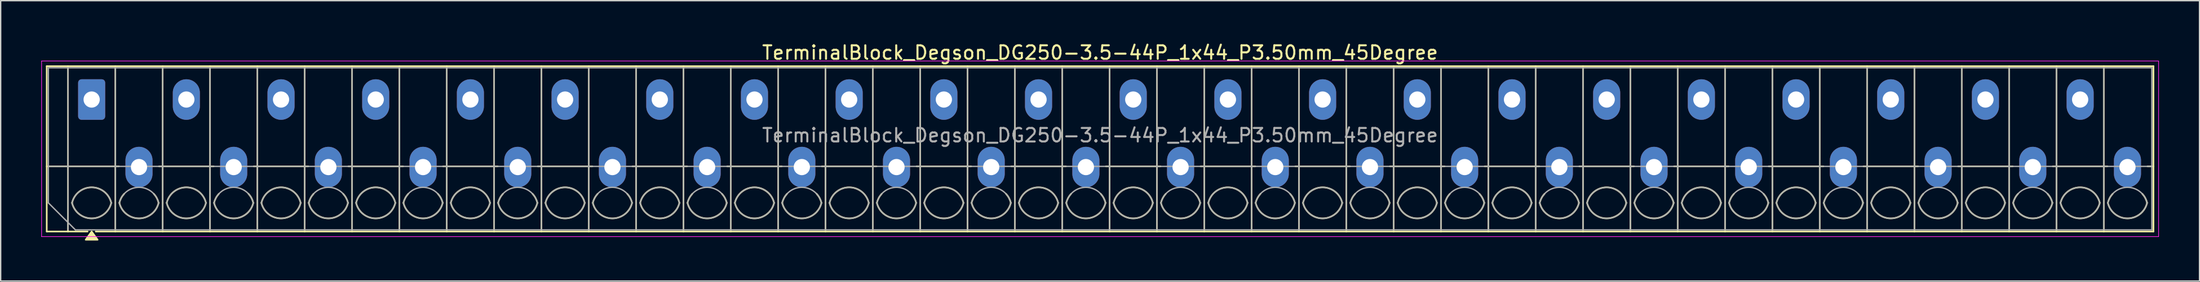
<source format=kicad_pcb>
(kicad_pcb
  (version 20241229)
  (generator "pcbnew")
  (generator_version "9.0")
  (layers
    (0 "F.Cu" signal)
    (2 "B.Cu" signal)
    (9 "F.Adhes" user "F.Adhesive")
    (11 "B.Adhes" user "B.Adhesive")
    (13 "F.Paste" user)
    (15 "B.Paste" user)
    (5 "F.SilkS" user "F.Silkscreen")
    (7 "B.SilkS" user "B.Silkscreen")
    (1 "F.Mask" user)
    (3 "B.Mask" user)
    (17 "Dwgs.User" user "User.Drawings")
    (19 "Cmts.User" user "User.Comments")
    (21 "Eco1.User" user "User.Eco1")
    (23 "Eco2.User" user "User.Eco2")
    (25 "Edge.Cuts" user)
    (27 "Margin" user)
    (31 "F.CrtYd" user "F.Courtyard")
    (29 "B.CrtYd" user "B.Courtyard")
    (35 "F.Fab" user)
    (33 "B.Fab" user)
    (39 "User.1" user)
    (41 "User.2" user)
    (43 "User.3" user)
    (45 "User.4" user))
  (footprint "TerminalBlock_Degson_DG250-3.5-44P_1x44_P3.50mm_45Degree"
    (layer "F.Cu")
    (at 3.725 4.318)
    (property "Reference" "TerminalBlock_Degson_DG250-3.5-44P_1x44_P3.50mm_45Degree" (at 74.55 -3.47 0) (layer "F.SilkS") (effects (font (size 1 1) (thickness 0.15))))
    (attr through_hole)
    (fp_line (start -3.32 -2.47) (end 152.42 -2.47) (stroke (width 0.12) (type solid)) (layer "F.SilkS"))
    (fp_line (start -3.32 4.95) (end 2.02 4.95) (stroke (width 0.12) (type solid)) (layer "F.SilkS"))
    (fp_line (start -3.32 9.77) (end -3.32 -2.47) (stroke (width 0.12) (type solid)) (layer "F.SilkS"))
    (fp_line (start -1.75 -2.47) (end -1.75 9.77) (stroke (width 0.12) (type solid)) (layer "F.SilkS"))
    (fp_line (start -0.3 9.77) (end -3.32 9.77) (stroke (width 0.12) (type solid)) (layer "F.SilkS"))
    (fp_line (start 1.75 -2.47) (end 1.75 9.77) (stroke (width 0.12) (type solid)) (layer "F.SilkS"))
    (fp_line (start 4.98 4.95) (end 9.02 4.95) (stroke (width 0.12) (type solid)) (layer "F.SilkS"))
    (fp_line (start 5.25 -2.47) (end 5.25 9.77) (stroke (width 0.12) (type solid)) (layer "F.SilkS"))
    (fp_line (start 8.75 -2.47) (end 8.75 9.77) (stroke (width 0.12) (type solid)) (layer "F.SilkS"))
    (fp_line (start 11.98 4.95) (end 16.02 4.95) (stroke (width 0.12) (type solid)) (layer "F.SilkS"))
    (fp_line (start 12.25 -2.47) (end 12.25 9.77) (stroke (width 0.12) (type solid)) (layer "F.SilkS"))
    (fp_line (start 15.75 -2.47) (end 15.75 9.77) (stroke (width 0.12) (type solid)) (layer "F.SilkS"))
    (fp_line (start 18.98 4.95) (end 23.02 4.95) (stroke (width 0.12) (type solid)) (layer "F.SilkS"))
    (fp_line (start 19.25 -2.47) (end 19.25 9.77) (stroke (width 0.12) (type solid)) (layer "F.SilkS"))
    (fp_line (start 22.75 -2.47) (end 22.75 9.77) (stroke (width 0.12) (type solid)) (layer "F.SilkS"))
    (fp_line (start 25.98 4.95) (end 30.02 4.95) (stroke (width 0.12) (type solid)) (layer "F.SilkS"))
    (fp_line (start 26.25 -2.47) (end 26.25 9.77) (stroke (width 0.12) (type solid)) (layer "F.SilkS"))
    (fp_line (start 29.75 -2.47) (end 29.75 9.77) (stroke (width 0.12) (type solid)) (layer "F.SilkS"))
    (fp_line (start 32.98 4.95) (end 37.02 4.95) (stroke (width 0.12) (type solid)) (layer "F.SilkS"))
    (fp_line (start 33.25 -2.47) (end 33.25 9.77) (stroke (width 0.12) (type solid)) (layer "F.SilkS"))
    (fp_line (start 36.75 -2.47) (end 36.75 9.77) (stroke (width 0.12) (type solid)) (layer "F.SilkS"))
    (fp_line (start 39.98 4.95) (end 44.02 4.95) (stroke (width 0.12) (type solid)) (layer "F.SilkS"))
    (fp_line (start 40.25 -2.47) (end 40.25 9.77) (stroke (width 0.12) (type solid)) (layer "F.SilkS"))
    (fp_line (start 43.75 -2.47) (end 43.75 9.77) (stroke (width 0.12) (type solid)) (layer "F.SilkS"))
    (fp_line (start 46.98 4.95) (end 51.02 4.95) (stroke (width 0.12) (type solid)) (layer "F.SilkS"))
    (fp_line (start 47.25 -2.47) (end 47.25 9.77) (stroke (width 0.12) (type solid)) (layer "F.SilkS"))
    (fp_line (start 50.75 -2.47) (end 50.75 9.77) (stroke (width 0.12) (type solid)) (layer "F.SilkS"))
    (fp_line (start 53.98 4.95) (end 58.02 4.95) (stroke (width 0.12) (type solid)) (layer "F.SilkS"))
    (fp_line (start 54.25 -2.47) (end 54.25 9.77) (stroke (width 0.12) (type solid)) (layer "F.SilkS"))
    (fp_line (start 57.75 -2.47) (end 57.75 9.77) (stroke (width 0.12) (type solid)) (layer "F.SilkS"))
    (fp_line (start 60.98 4.95) (end 65.02 4.95) (stroke (width 0.12) (type solid)) (layer "F.SilkS"))
    (fp_line (start 61.25 -2.47) (end 61.25 9.77) (stroke (width 0.12) (type solid)) (layer "F.SilkS"))
    (fp_line (start 64.75 -2.47) (end 64.75 9.77) (stroke (width 0.12) (type solid)) (layer "F.SilkS"))
    (fp_line (start 67.98 4.95) (end 72.02 4.95) (stroke (width 0.12) (type solid)) (layer "F.SilkS"))
    (fp_line (start 68.25 -2.47) (end 68.25 9.77) (stroke (width 0.12) (type solid)) (layer "F.SilkS"))
    (fp_line (start 71.75 -2.47) (end 71.75 9.77) (stroke (width 0.12) (type solid)) (layer "F.SilkS"))
    (fp_line (start 74.98 4.95) (end 79.02 4.95) (stroke (width 0.12) (type solid)) (layer "F.SilkS"))
    (fp_line (start 75.25 -2.47) (end 75.25 9.77) (stroke (width 0.12) (type solid)) (layer "F.SilkS"))
    (fp_line (start 78.75 -2.47) (end 78.75 9.77) (stroke (width 0.12) (type solid)) (layer "F.SilkS"))
    (fp_line (start 81.98 4.95) (end 86.02 4.95) (stroke (width 0.12) (type solid)) (layer "F.SilkS"))
    (fp_line (start 82.25 -2.47) (end 82.25 9.77) (stroke (width 0.12) (type solid)) (layer "F.SilkS"))
    (fp_line (start 85.75 -2.47) (end 85.75 9.77) (stroke (width 0.12) (type solid)) (layer "F.SilkS"))
    (fp_line (start 88.98 4.95) (end 93.02 4.95) (stroke (width 0.12) (type solid)) (layer "F.SilkS"))
    (fp_line (start 89.25 -2.47) (end 89.25 9.77) (stroke (width 0.12) (type solid)) (layer "F.SilkS"))
    (fp_line (start 92.75 -2.47) (end 92.75 9.77) (stroke (width 0.12) (type solid)) (layer "F.SilkS"))
    (fp_line (start 95.98 4.95) (end 100.02 4.95) (stroke (width 0.12) (type solid)) (layer "F.SilkS"))
    (fp_line (start 96.25 -2.47) (end 96.25 9.77) (stroke (width 0.12) (type solid)) (layer "F.SilkS"))
    (fp_line (start 99.75 -2.47) (end 99.75 9.77) (stroke (width 0.12) (type solid)) (layer "F.SilkS"))
    (fp_line (start 102.98 4.95) (end 107.02 4.95) (stroke (width 0.12) (type solid)) (layer "F.SilkS"))
    (fp_line (start 103.25 -2.47) (end 103.25 9.77) (stroke (width 0.12) (type solid)) (layer "F.SilkS"))
    (fp_line (start 106.75 -2.47) (end 106.75 9.77) (stroke (width 0.12) (type solid)) (layer "F.SilkS"))
    (fp_line (start 109.98 4.95) (end 114.02 4.95) (stroke (width 0.12) (type solid)) (layer "F.SilkS"))
    (fp_line (start 110.25 -2.47) (end 110.25 9.77) (stroke (width 0.12) (type solid)) (layer "F.SilkS"))
    (fp_line (start 113.75 -2.47) (end 113.75 9.77) (stroke (width 0.12) (type solid)) (layer "F.SilkS"))
    (fp_line (start 116.98 4.95) (end 121.02 4.95) (stroke (width 0.12) (type solid)) (layer "F.SilkS"))
    (fp_line (start 117.25 -2.47) (end 117.25 9.77) (stroke (width 0.12) (type solid)) (layer "F.SilkS"))
    (fp_line (start 120.75 -2.47) (end 120.75 9.77) (stroke (width 0.12) (type solid)) (layer "F.SilkS"))
    (fp_line (start 123.98 4.95) (end 128.02 4.95) (stroke (width 0.12) (type solid)) (layer "F.SilkS"))
    (fp_line (start 124.25 -2.47) (end 124.25 9.77) (stroke (width 0.12) (type solid)) (layer "F.SilkS"))
    (fp_line (start 127.75 -2.47) (end 127.75 9.77) (stroke (width 0.12) (type solid)) (layer "F.SilkS"))
    (fp_line (start 130.98 4.95) (end 135.02 4.95) (stroke (width 0.12) (type solid)) (layer "F.SilkS"))
    (fp_line (start 131.25 -2.47) (end 131.25 9.77) (stroke (width 0.12) (type solid)) (layer "F.SilkS"))
    (fp_line (start 134.75 -2.47) (end 134.75 9.77) (stroke (width 0.12) (type solid)) (layer "F.SilkS"))
    (fp_line (start 137.98 4.95) (end 142.02 4.95) (stroke (width 0.12) (type solid)) (layer "F.SilkS"))
    (fp_line (start 138.25 -2.47) (end 138.25 9.77) (stroke (width 0.12) (type solid)) (layer "F.SilkS"))
    (fp_line (start 141.75 -2.47) (end 141.75 9.77) (stroke (width 0.12) (type solid)) (layer "F.SilkS"))
    (fp_line (start 144.98 4.95) (end 149.02 4.95) (stroke (width 0.12) (type solid)) (layer "F.SilkS"))
    (fp_line (start 145.25 -2.47) (end 145.25 9.77) (stroke (width 0.12) (type solid)) (layer "F.SilkS"))
    (fp_line (start 148.75 -2.47) (end 148.75 9.77) (stroke (width 0.12) (type solid)) (layer "F.SilkS"))
    (fp_line (start 151.98 4.95) (end 152.42 4.95) (stroke (width 0.12) (type solid)) (layer "F.SilkS"))
    (fp_line (start 152.42 -2.47) (end 152.42 9.77) (stroke (width 0.12) (type solid)) (layer "F.SilkS"))
    (fp_line (start 152.42 9.77) (end 0.3 9.77) (stroke (width 0.12) (type solid)) (layer "F.SilkS"))
    (fp_arc (start -1.45 7.65) (mid 0 6.5) (end 1.45 7.65) (stroke (width 0.12) (type solid)) (layer "F.SilkS"))
    (fp_arc (start 1.45 7.65) (mid 0 8.8) (end -1.45 7.65) (stroke (width 0.12) (type solid)) (layer "F.SilkS"))
    (fp_arc (start 2.05 7.65) (mid 2.18402 7.291962) (end 2.405 6.98) (stroke (width 0.12) (type solid)) (layer "F.SilkS"))
    (fp_arc (start 4.595 6.98) (mid 4.81598 7.291962) (end 4.95 7.65) (stroke (width 0.12) (type solid)) (layer "F.SilkS"))
    (fp_arc (start 4.95 7.65) (mid 3.5 8.8) (end 2.05 7.65) (stroke (width 0.12) (type solid)) (layer "F.SilkS"))
    (fp_arc (start 5.55 7.65) (mid 7 6.5) (end 8.45 7.65) (stroke (width 0.12) (type solid)) (layer "F.SilkS"))
    (fp_arc (start 8.45 7.65) (mid 7 8.8) (end 5.55 7.65) (stroke (width 0.12) (type solid)) (layer "F.SilkS"))
    (fp_arc (start 9.05 7.65) (mid 9.18402 7.291962) (end 9.405 6.98) (stroke (width 0.12) (type solid)) (layer "F.SilkS"))
    (fp_arc (start 11.595 6.98) (mid 11.81598 7.291962) (end 11.95 7.65) (stroke (width 0.12) (type solid)) (layer "F.SilkS"))
    (fp_arc (start 11.95 7.65) (mid 10.5 8.8) (end 9.05 7.65) (stroke (width 0.12) (type solid)) (layer "F.SilkS"))
    (fp_arc (start 12.55 7.65) (mid 14 6.5) (end 15.45 7.65) (stroke (width 0.12) (type solid)) (layer "F.SilkS"))
    (fp_arc (start 15.45 7.65) (mid 14 8.8) (end 12.55 7.65) (stroke (width 0.12) (type solid)) (layer "F.SilkS"))
    (fp_arc (start 16.05 7.65) (mid 16.18402 7.291962) (end 16.405 6.98) (stroke (width 0.12) (type solid)) (layer "F.SilkS"))
    (fp_arc (start 18.595 6.98) (mid 18.81598 7.291962) (end 18.95 7.65) (stroke (width 0.12) (type solid)) (layer "F.SilkS"))
    (fp_arc (start 18.95 7.65) (mid 17.5 8.8) (end 16.05 7.65) (stroke (width 0.12) (type solid)) (layer "F.SilkS"))
    (fp_arc (start 19.55 7.65) (mid 21 6.5) (end 22.45 7.65) (stroke (width 0.12) (type solid)) (layer "F.SilkS"))
    (fp_arc (start 22.45 7.65) (mid 21 8.8) (end 19.55 7.65) (stroke (width 0.12) (type solid)) (layer "F.SilkS"))
    (fp_arc (start 23.05 7.65) (mid 23.18402 7.291962) (end 23.405 6.98) (stroke (width 0.12) (type solid)) (layer "F.SilkS"))
    (fp_arc (start 25.595 6.98) (mid 25.81598 7.291962) (end 25.95 7.65) (stroke (width 0.12) (type solid)) (layer "F.SilkS"))
    (fp_arc (start 25.95 7.65) (mid 24.5 8.8) (end 23.05 7.65) (stroke (width 0.12) (type solid)) (layer "F.SilkS"))
    (fp_arc (start 26.55 7.65) (mid 28 6.5) (end 29.45 7.65) (stroke (width 0.12) (type solid)) (layer "F.SilkS"))
    (fp_arc (start 29.45 7.65) (mid 28 8.8) (end 26.55 7.65) (stroke (width 0.12) (type solid)) (layer "F.SilkS"))
    (fp_arc (start 30.05 7.65) (mid 30.18402 7.291962) (end 30.405 6.98) (stroke (width 0.12) (type solid)) (layer "F.SilkS"))
    (fp_arc (start 32.595 6.98) (mid 32.81598 7.291962) (end 32.95 7.65) (stroke (width 0.12) (type solid)) (layer "F.SilkS"))
    (fp_arc (start 32.95 7.65) (mid 31.5 8.8) (end 30.05 7.65) (stroke (width 0.12) (type solid)) (layer "F.SilkS"))
    (fp_arc (start 33.55 7.65) (mid 35 6.5) (end 36.45 7.65) (stroke (width 0.12) (type solid)) (layer "F.SilkS"))
    (fp_arc (start 36.45 7.65) (mid 35 8.8) (end 33.55 7.65) (stroke (width 0.12) (type solid)) (layer "F.SilkS"))
    (fp_arc (start 37.05 7.65) (mid 37.18402 7.291962) (end 37.405 6.98) (stroke (width 0.12) (type solid)) (layer "F.SilkS"))
    (fp_arc (start 39.595 6.98) (mid 39.81598 7.291962) (end 39.95 7.65) (stroke (width 0.12) (type solid)) (layer "F.SilkS"))
    (fp_arc (start 39.95 7.65) (mid 38.5 8.8) (end 37.05 7.65) (stroke (width 0.12) (type solid)) (layer "F.SilkS"))
    (fp_arc (start 40.55 7.65) (mid 42 6.5) (end 43.45 7.65) (stroke (width 0.12) (type solid)) (layer "F.SilkS"))
    (fp_arc (start 43.45 7.65) (mid 42 8.8) (end 40.55 7.65) (stroke (width 0.12) (type solid)) (layer "F.SilkS"))
    (fp_arc (start 44.05 7.65) (mid 44.18402 7.291962) (end 44.405 6.98) (stroke (width 0.12) (type solid)) (layer "F.SilkS"))
    (fp_arc (start 46.595 6.98) (mid 46.81598 7.291962) (end 46.95 7.65) (stroke (width 0.12) (type solid)) (layer "F.SilkS"))
    (fp_arc (start 46.95 7.65) (mid 45.5 8.8) (end 44.05 7.65) (stroke (width 0.12) (type solid)) (layer "F.SilkS"))
    (fp_arc (start 47.55 7.65) (mid 49 6.5) (end 50.45 7.65) (stroke (width 0.12) (type solid)) (layer "F.SilkS"))
    (fp_arc (start 50.45 7.65) (mid 49 8.8) (end 47.55 7.65) (stroke (width 0.12) (type solid)) (layer "F.SilkS"))
    (fp_arc (start 51.05 7.65) (mid 51.18402 7.291962) (end 51.405 6.98) (stroke (width 0.12) (type solid)) (layer "F.SilkS"))
    (fp_arc (start 53.595 6.98) (mid 53.81598 7.291962) (end 53.95 7.65) (stroke (width 0.12) (type solid)) (layer "F.SilkS"))
    (fp_arc (start 53.95 7.65) (mid 52.5 8.8) (end 51.05 7.65) (stroke (width 0.12) (type solid)) (layer "F.SilkS"))
    (fp_arc (start 54.55 7.65) (mid 56 6.5) (end 57.45 7.65) (stroke (width 0.12) (type solid)) (layer "F.SilkS"))
    (fp_arc (start 57.45 7.65) (mid 56 8.8) (end 54.55 7.65) (stroke (width 0.12) (type solid)) (layer "F.SilkS"))
    (fp_arc (start 58.05 7.65) (mid 58.18402 7.291962) (end 58.405 6.98) (stroke (width 0.12) (type solid)) (layer "F.SilkS"))
    (fp_arc (start 60.595 6.98) (mid 60.81598 7.291962) (end 60.95 7.65) (stroke (width 0.12) (type solid)) (layer "F.SilkS"))
    (fp_arc (start 60.95 7.65) (mid 59.5 8.8) (end 58.05 7.65) (stroke (width 0.12) (type solid)) (layer "F.SilkS"))
    (fp_arc (start 61.55 7.65) (mid 63 6.5) (end 64.45 7.65) (stroke (width 0.12) (type solid)) (layer "F.SilkS"))
    (fp_arc (start 64.45 7.65) (mid 63 8.8) (end 61.55 7.65) (stroke (width 0.12) (type solid)) (layer "F.SilkS"))
    (fp_arc (start 65.05 7.65) (mid 65.18402 7.291962) (end 65.405 6.98) (stroke (width 0.12) (type solid)) (layer "F.SilkS"))
    (fp_arc (start 67.595 6.98) (mid 67.81598 7.291962) (end 67.95 7.65) (stroke (width 0.12) (type solid)) (layer "F.SilkS"))
    (fp_arc (start 67.95 7.65) (mid 66.5 8.8) (end 65.05 7.65) (stroke (width 0.12) (type solid)) (layer "F.SilkS"))
    (fp_arc (start 68.55 7.65) (mid 70 6.5) (end 71.45 7.65) (stroke (width 0.12) (type solid)) (layer "F.SilkS"))
    (fp_arc (start 71.45 7.65) (mid 70 8.8) (end 68.55 7.65) (stroke (width 0.12) (type solid)) (layer "F.SilkS"))
    (fp_arc (start 72.05 7.65) (mid 72.18402 7.291962) (end 72.405 6.98) (stroke (width 0.12) (type solid)) (layer "F.SilkS"))
    (fp_arc (start 74.595 6.98) (mid 74.81598 7.291962) (end 74.95 7.65) (stroke (width 0.12) (type solid)) (layer "F.SilkS"))
    (fp_arc (start 74.95 7.65) (mid 73.5 8.8) (end 72.05 7.65) (stroke (width 0.12) (type solid)) (layer "F.SilkS"))
    (fp_arc (start 75.55 7.65) (mid 77 6.5) (end 78.45 7.65) (stroke (width 0.12) (type solid)) (layer "F.SilkS"))
    (fp_arc (start 78.45 7.65) (mid 77 8.8) (end 75.55 7.65) (stroke (width 0.12) (type solid)) (layer "F.SilkS"))
    (fp_arc (start 79.05 7.65) (mid 79.18402 7.291962) (end 79.405 6.98) (stroke (width 0.12) (type solid)) (layer "F.SilkS"))
    (fp_arc (start 81.595 6.98) (mid 81.81598 7.291962) (end 81.95 7.65) (stroke (width 0.12) (type solid)) (layer "F.SilkS"))
    (fp_arc (start 81.95 7.65) (mid 80.5 8.8) (end 79.05 7.65) (stroke (width 0.12) (type solid)) (layer "F.SilkS"))
    (fp_arc (start 82.55 7.65) (mid 84 6.5) (end 85.45 7.65) (stroke (width 0.12) (type solid)) (layer "F.SilkS"))
    (fp_arc (start 85.45 7.65) (mid 84 8.8) (end 82.55 7.65) (stroke (width 0.12) (type solid)) (layer "F.SilkS"))
    (fp_arc (start 86.05 7.65) (mid 86.18402 7.291962) (end 86.405 6.98) (stroke (width 0.12) (type solid)) (layer "F.SilkS"))
    (fp_arc (start 88.595 6.98) (mid 88.81598 7.291962) (end 88.95 7.65) (stroke (width 0.12) (type solid)) (layer "F.SilkS"))
    (fp_arc (start 88.95 7.65) (mid 87.5 8.8) (end 86.05 7.65) (stroke (width 0.12) (type solid)) (layer "F.SilkS"))
    (fp_arc (start 89.55 7.65) (mid 91 6.5) (end 92.45 7.65) (stroke (width 0.12) (type solid)) (layer "F.SilkS"))
    (fp_arc (start 92.45 7.65) (mid 91 8.8) (end 89.55 7.65) (stroke (width 0.12) (type solid)) (layer "F.SilkS"))
    (fp_arc (start 93.05 7.65) (mid 93.18402 7.291962) (end 93.405 6.98) (stroke (width 0.12) (type solid)) (layer "F.SilkS"))
    (fp_arc (start 95.595 6.98) (mid 95.81598 7.291962) (end 95.95 7.65) (stroke (width 0.12) (type solid)) (layer "F.SilkS"))
    (fp_arc (start 95.95 7.65) (mid 94.5 8.8) (end 93.05 7.65) (stroke (width 0.12) (type solid)) (layer "F.SilkS"))
    (fp_arc (start 96.55 7.65) (mid 98 6.5) (end 99.45 7.65) (stroke (width 0.12) (type solid)) (layer "F.SilkS"))
    (fp_arc (start 99.45 7.65) (mid 98 8.8) (end 96.55 7.65) (stroke (width 0.12) (type solid)) (layer "F.SilkS"))
    (fp_arc (start 100.05 7.65) (mid 100.18402 7.291962) (end 100.405 6.98) (stroke (width 0.12) (type solid)) (layer "F.SilkS"))
    (fp_arc (start 102.595 6.98) (mid 102.81598 7.291962) (end 102.95 7.65) (stroke (width 0.12) (type solid)) (layer "F.SilkS"))
    (fp_arc (start 102.95 7.65) (mid 101.5 8.8) (end 100.05 7.65) (stroke (width 0.12) (type solid)) (layer "F.SilkS"))
    (fp_arc (start 103.55 7.65) (mid 105 6.5) (end 106.45 7.65) (stroke (width 0.12) (type solid)) (layer "F.SilkS"))
    (fp_arc (start 106.45 7.65) (mid 105 8.8) (end 103.55 7.65) (stroke (width 0.12) (type solid)) (layer "F.SilkS"))
    (fp_arc (start 107.05 7.65) (mid 107.18402 7.291962) (end 107.405 6.98) (stroke (width 0.12) (type solid)) (layer "F.SilkS"))
    (fp_arc (start 109.595 6.98) (mid 109.81598 7.291962) (end 109.95 7.65) (stroke (width 0.12) (type solid)) (layer "F.SilkS"))
    (fp_arc (start 109.95 7.65) (mid 108.5 8.8) (end 107.05 7.65) (stroke (width 0.12) (type solid)) (layer "F.SilkS"))
    (fp_arc (start 110.55 7.65) (mid 112 6.5) (end 113.45 7.65) (stroke (width 0.12) (type solid)) (layer "F.SilkS"))
    (fp_arc (start 113.45 7.65) (mid 112 8.8) (end 110.55 7.65) (stroke (width 0.12) (type solid)) (layer "F.SilkS"))
    (fp_arc (start 114.05 7.65) (mid 114.18402 7.291962) (end 114.405 6.98) (stroke (width 0.12) (type solid)) (layer "F.SilkS"))
    (fp_arc (start 116.595 6.98) (mid 116.81598 7.291962) (end 116.95 7.65) (stroke (width 0.12) (type solid)) (layer "F.SilkS"))
    (fp_arc (start 116.95 7.65) (mid 115.5 8.8) (end 114.05 7.65) (stroke (width 0.12) (type solid)) (layer "F.SilkS"))
    (fp_arc (start 117.55 7.65) (mid 119 6.5) (end 120.45 7.65) (stroke (width 0.12) (type solid)) (layer "F.SilkS"))
    (fp_arc (start 120.45 7.65) (mid 119 8.8) (end 117.55 7.65) (stroke (width 0.12) (type solid)) (layer "F.SilkS"))
    (fp_arc (start 121.05 7.65) (mid 121.18402 7.291962) (end 121.405 6.98) (stroke (width 0.12) (type solid)) (layer "F.SilkS"))
    (fp_arc (start 123.595 6.98) (mid 123.81598 7.291962) (end 123.95 7.65) (stroke (width 0.12) (type solid)) (layer "F.SilkS"))
    (fp_arc (start 123.95 7.65) (mid 122.5 8.8) (end 121.05 7.65) (stroke (width 0.12) (type solid)) (layer "F.SilkS"))
    (fp_arc (start 124.55 7.65) (mid 126 6.5) (end 127.45 7.65) (stroke (width 0.12) (type solid)) (layer "F.SilkS"))
    (fp_arc (start 127.45 7.65) (mid 126 8.8) (end 124.55 7.65) (stroke (width 0.12) (type solid)) (layer "F.SilkS"))
    (fp_arc (start 128.05 7.65) (mid 128.18402 7.291962) (end 128.405 6.98) (stroke (width 0.12) (type solid)) (layer "F.SilkS"))
    (fp_arc (start 130.595 6.98) (mid 130.81598 7.291962) (end 130.95 7.65) (stroke (width 0.12) (type solid)) (layer "F.SilkS"))
    (fp_arc (start 130.95 7.65) (mid 129.5 8.8) (end 128.05 7.65) (stroke (width 0.12) (type solid)) (layer "F.SilkS"))
    (fp_arc (start 131.55 7.65) (mid 133 6.5) (end 134.45 7.65) (stroke (width 0.12) (type solid)) (layer "F.SilkS"))
    (fp_arc (start 134.45 7.65) (mid 133 8.8) (end 131.55 7.65) (stroke (width 0.12) (type solid)) (layer "F.SilkS"))
    (fp_arc (start 135.05 7.65) (mid 135.18402 7.291962) (end 135.405 6.98) (stroke (width 0.12) (type solid)) (layer "F.SilkS"))
    (fp_arc (start 137.595 6.98) (mid 137.81598 7.291962) (end 137.95 7.65) (stroke (width 0.12) (type solid)) (layer "F.SilkS"))
    (fp_arc (start 137.95 7.65) (mid 136.5 8.8) (end 135.05 7.65) (stroke (width 0.12) (type solid)) (layer "F.SilkS"))
    (fp_arc (start 138.55 7.65) (mid 140 6.5) (end 141.45 7.65) (stroke (width 0.12) (type solid)) (layer "F.SilkS"))
    (fp_arc (start 141.45 7.65) (mid 140 8.8) (end 138.55 7.65) (stroke (width 0.12) (type solid)) (layer "F.SilkS"))
    (fp_arc (start 142.05 7.65) (mid 142.18402 7.291962) (end 142.405 6.98) (stroke (width 0.12) (type solid)) (layer "F.SilkS"))
    (fp_arc (start 144.595 6.98) (mid 144.81598 7.291962) (end 144.95 7.65) (stroke (width 0.12) (type solid)) (layer "F.SilkS"))
    (fp_arc (start 144.95 7.65) (mid 143.5 8.8) (end 142.05 7.65) (stroke (width 0.12) (type solid)) (layer "F.SilkS"))
    (fp_arc (start 145.55 7.65) (mid 147 6.5) (end 148.45 7.65) (stroke (width 0.12) (type solid)) (layer "F.SilkS"))
    (fp_arc (start 148.45 7.65) (mid 147 8.8) (end 145.55 7.65) (stroke (width 0.12) (type solid)) (layer "F.SilkS"))
    (fp_arc (start 149.05 7.65) (mid 149.18402 7.291962) (end 149.405 6.98) (stroke (width 0.12) (type solid)) (layer "F.SilkS"))
    (fp_arc (start 151.595 6.98) (mid 151.81598 7.291962) (end 151.95 7.65) (stroke (width 0.12) (type solid)) (layer "F.SilkS"))
    (fp_arc (start 151.95 7.65) (mid 150.5 8.8) (end 149.05 7.65) (stroke (width 0.12) (type solid)) (layer "F.SilkS"))
    (fp_poly (pts (xy 0 9.77) (xy 0.44 10.38) (xy -0.44 10.38)) (stroke (width 0.12) (type solid)) (fill yes) (layer "F.SilkS"))
    (fp_line (start -3.7 -2.85) (end -3.7 10.15) (stroke (width 0.05) (type solid)) (layer "F.CrtYd"))
    (fp_line (start -3.7 10.15) (end 152.8 10.15) (stroke (width 0.05) (type solid)) (layer "F.CrtYd"))
    (fp_line (start 152.8 -2.85) (end -3.7 -2.85) (stroke (width 0.05) (type solid)) (layer "F.CrtYd"))
    (fp_line (start 152.8 10.15) (end 152.8 -2.85) (stroke (width 0.05) (type solid)) (layer "F.CrtYd"))
    (fp_line (start -3.2 -2.35) (end 152.3 -2.35) (stroke (width 0.1) (type solid)) (layer "F.Fab"))
    (fp_line (start -3.2 4.95) (end 152.3 4.95) (stroke (width 0.1) (type solid)) (layer "F.Fab"))
    (fp_line (start -3.2 7.65) (end -3.2 -2.35) (stroke (width 0.1) (type solid)) (layer "F.Fab"))
    (fp_line (start -1.75 -2.35) (end -1.75 9.65) (stroke (width 0.1) (type solid)) (layer "F.Fab"))
    (fp_line (start -1.2 9.65) (end -3.2 7.65) (stroke (width 0.1) (type solid)) (layer "F.Fab"))
    (fp_line (start 1.75 -2.35) (end 1.75 9.65) (stroke (width 0.1) (type solid)) (layer "F.Fab"))
    (fp_line (start 5.25 -2.35) (end 5.25 9.65) (stroke (width 0.1) (type solid)) (layer "F.Fab"))
    (fp_line (start 8.75 -2.35) (end 8.75 9.65) (stroke (width 0.1) (type solid)) (layer "F.Fab"))
    (fp_line (start 12.25 -2.35) (end 12.25 9.65) (stroke (width 0.1) (type solid)) (layer "F.Fab"))
    (fp_line (start 15.75 -2.35) (end 15.75 9.65) (stroke (width 0.1) (type solid)) (layer "F.Fab"))
    (fp_line (start 19.25 -2.35) (end 19.25 9.65) (stroke (width 0.1) (type solid)) (layer "F.Fab"))
    (fp_line (start 22.75 -2.35) (end 22.75 9.65) (stroke (width 0.1) (type solid)) (layer "F.Fab"))
    (fp_line (start 26.25 -2.35) (end 26.25 9.65) (stroke (width 0.1) (type solid)) (layer "F.Fab"))
    (fp_line (start 29.75 -2.35) (end 29.75 9.65) (stroke (width 0.1) (type solid)) (layer "F.Fab"))
    (fp_line (start 33.25 -2.35) (end 33.25 9.65) (stroke (width 0.1) (type solid)) (layer "F.Fab"))
    (fp_line (start 36.75 -2.35) (end 36.75 9.65) (stroke (width 0.1) (type solid)) (layer "F.Fab"))
    (fp_line (start 40.25 -2.35) (end 40.25 9.65) (stroke (width 0.1) (type solid)) (layer "F.Fab"))
    (fp_line (start 43.75 -2.35) (end 43.75 9.65) (stroke (width 0.1) (type solid)) (layer "F.Fab"))
    (fp_line (start 47.25 -2.35) (end 47.25 9.65) (stroke (width 0.1) (type solid)) (layer "F.Fab"))
    (fp_line (start 50.75 -2.35) (end 50.75 9.65) (stroke (width 0.1) (type solid)) (layer "F.Fab"))
    (fp_line (start 54.25 -2.35) (end 54.25 9.65) (stroke (width 0.1) (type solid)) (layer "F.Fab"))
    (fp_line (start 57.75 -2.35) (end 57.75 9.65) (stroke (width 0.1) (type solid)) (layer "F.Fab"))
    (fp_line (start 61.25 -2.35) (end 61.25 9.65) (stroke (width 0.1) (type solid)) (layer "F.Fab"))
    (fp_line (start 64.75 -2.35) (end 64.75 9.65) (stroke (width 0.1) (type solid)) (layer "F.Fab"))
    (fp_line (start 68.25 -2.35) (end 68.25 9.65) (stroke (width 0.1) (type solid)) (layer "F.Fab"))
    (fp_line (start 71.75 -2.35) (end 71.75 9.65) (stroke (width 0.1) (type solid)) (layer "F.Fab"))
    (fp_line (start 75.25 -2.35) (end 75.25 9.65) (stroke (width 0.1) (type solid)) (layer "F.Fab"))
    (fp_line (start 78.75 -2.35) (end 78.75 9.65) (stroke (width 0.1) (type solid)) (layer "F.Fab"))
    (fp_line (start 82.25 -2.35) (end 82.25 9.65) (stroke (width 0.1) (type solid)) (layer "F.Fab"))
    (fp_line (start 85.75 -2.35) (end 85.75 9.65) (stroke (width 0.1) (type solid)) (layer "F.Fab"))
    (fp_line (start 89.25 -2.35) (end 89.25 9.65) (stroke (width 0.1) (type solid)) (layer "F.Fab"))
    (fp_line (start 92.75 -2.35) (end 92.75 9.65) (stroke (width 0.1) (type solid)) (layer "F.Fab"))
    (fp_line (start 96.25 -2.35) (end 96.25 9.65) (stroke (width 0.1) (type solid)) (layer "F.Fab"))
    (fp_line (start 99.75 -2.35) (end 99.75 9.65) (stroke (width 0.1) (type solid)) (layer "F.Fab"))
    (fp_line (start 103.25 -2.35) (end 103.25 9.65) (stroke (width 0.1) (type solid)) (layer "F.Fab"))
    (fp_line (start 106.75 -2.35) (end 106.75 9.65) (stroke (width 0.1) (type solid)) (layer "F.Fab"))
    (fp_line (start 110.25 -2.35) (end 110.25 9.65) (stroke (width 0.1) (type solid)) (layer "F.Fab"))
    (fp_line (start 113.75 -2.35) (end 113.75 9.65) (stroke (width 0.1) (type solid)) (layer "F.Fab"))
    (fp_line (start 117.25 -2.35) (end 117.25 9.65) (stroke (width 0.1) (type solid)) (layer "F.Fab"))
    (fp_line (start 120.75 -2.35) (end 120.75 9.65) (stroke (width 0.1) (type solid)) (layer "F.Fab"))
    (fp_line (start 124.25 -2.35) (end 124.25 9.65) (stroke (width 0.1) (type solid)) (layer "F.Fab"))
    (fp_line (start 127.75 -2.35) (end 127.75 9.65) (stroke (width 0.1) (type solid)) (layer "F.Fab"))
    (fp_line (start 131.25 -2.35) (end 131.25 9.65) (stroke (width 0.1) (type solid)) (layer "F.Fab"))
    (fp_line (start 134.75 -2.35) (end 134.75 9.65) (stroke (width 0.1) (type solid)) (layer "F.Fab"))
    (fp_line (start 138.25 -2.35) (end 138.25 9.65) (stroke (width 0.1) (type solid)) (layer "F.Fab"))
    (fp_line (start 141.75 -2.35) (end 141.75 9.65) (stroke (width 0.1) (type solid)) (layer "F.Fab"))
    (fp_line (start 145.25 -2.35) (end 145.25 9.65) (stroke (width 0.1) (type solid)) (layer "F.Fab"))
    (fp_line (start 148.75 -2.35) (end 148.75 9.65) (stroke (width 0.1) (type solid)) (layer "F.Fab"))
    (fp_line (start 152.3 -2.35) (end 152.3 9.65) (stroke (width 0.1) (type solid)) (layer "F.Fab"))
    (fp_line (start 152.3 9.65) (end -1.2 9.65) (stroke (width 0.1) (type solid)) (layer "F.Fab"))
    (fp_arc (start -1.45 7.65) (mid 0 6.5) (end 1.45 7.65) (stroke (width 0.1) (type solid)) (layer "F.Fab"))
    (fp_arc (start 1.45 7.65) (mid 0 8.8) (end -1.45 7.65) (stroke (width 0.1) (type solid)) (layer "F.Fab"))
    (fp_arc (start 2.05 7.65) (mid 3.5 6.5) (end 4.95 7.65) (stroke (width 0.1) (type solid)) (layer "F.Fab"))
    (fp_arc (start 4.95 7.65) (mid 3.5 8.8) (end 2.05 7.65) (stroke (width 0.1) (type solid)) (layer "F.Fab"))
    (fp_arc (start 5.55 7.65) (mid 7 6.5) (end 8.45 7.65) (stroke (width 0.1) (type solid)) (layer "F.Fab"))
    (fp_arc (start 8.45 7.65) (mid 7 8.8) (end 5.55 7.65) (stroke (width 0.1) (type solid)) (layer "F.Fab"))
    (fp_arc (start 9.05 7.65) (mid 10.5 6.5) (end 11.95 7.65) (stroke (width 0.1) (type solid)) (layer "F.Fab"))
    (fp_arc (start 11.95 7.65) (mid 10.5 8.8) (end 9.05 7.65) (stroke (width 0.1) (type solid)) (layer "F.Fab"))
    (fp_arc (start 12.55 7.65) (mid 14 6.5) (end 15.45 7.65) (stroke (width 0.1) (type solid)) (layer "F.Fab"))
    (fp_arc (start 15.45 7.65) (mid 14 8.8) (end 12.55 7.65) (stroke (width 0.1) (type solid)) (layer "F.Fab"))
    (fp_arc (start 16.05 7.65) (mid 17.5 6.5) (end 18.95 7.65) (stroke (width 0.1) (type solid)) (layer "F.Fab"))
    (fp_arc (start 18.95 7.65) (mid 17.5 8.8) (end 16.05 7.65) (stroke (width 0.1) (type solid)) (layer "F.Fab"))
    (fp_arc (start 19.55 7.65) (mid 21 6.5) (end 22.45 7.65) (stroke (width 0.1) (type solid)) (layer "F.Fab"))
    (fp_arc (start 22.45 7.65) (mid 21 8.8) (end 19.55 7.65) (stroke (width 0.1) (type solid)) (layer "F.Fab"))
    (fp_arc (start 23.05 7.65) (mid 24.5 6.5) (end 25.95 7.65) (stroke (width 0.1) (type solid)) (layer "F.Fab"))
    (fp_arc (start 25.95 7.65) (mid 24.5 8.8) (end 23.05 7.65) (stroke (width 0.1) (type solid)) (layer "F.Fab"))
    (fp_arc (start 26.55 7.65) (mid 28 6.5) (end 29.45 7.65) (stroke (width 0.1) (type solid)) (layer "F.Fab"))
    (fp_arc (start 29.45 7.65) (mid 28 8.8) (end 26.55 7.65) (stroke (width 0.1) (type solid)) (layer "F.Fab"))
    (fp_arc (start 30.05 7.65) (mid 31.5 6.5) (end 32.95 7.65) (stroke (width 0.1) (type solid)) (layer "F.Fab"))
    (fp_arc (start 32.95 7.65) (mid 31.5 8.8) (end 30.05 7.65) (stroke (width 0.1) (type solid)) (layer "F.Fab"))
    (fp_arc (start 33.55 7.65) (mid 35 6.5) (end 36.45 7.65) (stroke (width 0.1) (type solid)) (layer "F.Fab"))
    (fp_arc (start 36.45 7.65) (mid 35 8.8) (end 33.55 7.65) (stroke (width 0.1) (type solid)) (layer "F.Fab"))
    (fp_arc (start 37.05 7.65) (mid 38.5 6.5) (end 39.95 7.65) (stroke (width 0.1) (type solid)) (layer "F.Fab"))
    (fp_arc (start 39.95 7.65) (mid 38.5 8.8) (end 37.05 7.65) (stroke (width 0.1) (type solid)) (layer "F.Fab"))
    (fp_arc (start 40.55 7.65) (mid 42 6.5) (end 43.45 7.65) (stroke (width 0.1) (type solid)) (layer "F.Fab"))
    (fp_arc (start 43.45 7.65) (mid 42 8.8) (end 40.55 7.65) (stroke (width 0.1) (type solid)) (layer "F.Fab"))
    (fp_arc (start 44.05 7.65) (mid 45.5 6.5) (end 46.95 7.65) (stroke (width 0.1) (type solid)) (layer "F.Fab"))
    (fp_arc (start 46.95 7.65) (mid 45.5 8.8) (end 44.05 7.65) (stroke (width 0.1) (type solid)) (layer "F.Fab"))
    (fp_arc (start 47.55 7.65) (mid 49 6.5) (end 50.45 7.65) (stroke (width 0.1) (type solid)) (layer "F.Fab"))
    (fp_arc (start 50.45 7.65) (mid 49 8.8) (end 47.55 7.65) (stroke (width 0.1) (type solid)) (layer "F.Fab"))
    (fp_arc (start 51.05 7.65) (mid 52.5 6.5) (end 53.95 7.65) (stroke (width 0.1) (type solid)) (layer "F.Fab"))
    (fp_arc (start 53.95 7.65) (mid 52.5 8.8) (end 51.05 7.65) (stroke (width 0.1) (type solid)) (layer "F.Fab"))
    (fp_arc (start 54.55 7.65) (mid 56 6.5) (end 57.45 7.65) (stroke (width 0.1) (type solid)) (layer "F.Fab"))
    (fp_arc (start 57.45 7.65) (mid 56 8.8) (end 54.55 7.65) (stroke (width 0.1) (type solid)) (layer "F.Fab"))
    (fp_arc (start 58.05 7.65) (mid 59.5 6.5) (end 60.95 7.65) (stroke (width 0.1) (type solid)) (layer "F.Fab"))
    (fp_arc (start 60.95 7.65) (mid 59.5 8.8) (end 58.05 7.65) (stroke (width 0.1) (type solid)) (layer "F.Fab"))
    (fp_arc (start 61.55 7.65) (mid 63 6.5) (end 64.45 7.65) (stroke (width 0.1) (type solid)) (layer "F.Fab"))
    (fp_arc (start 64.45 7.65) (mid 63 8.8) (end 61.55 7.65) (stroke (width 0.1) (type solid)) (layer "F.Fab"))
    (fp_arc (start 65.05 7.65) (mid 66.5 6.5) (end 67.95 7.65) (stroke (width 0.1) (type solid)) (layer "F.Fab"))
    (fp_arc (start 67.95 7.65) (mid 66.5 8.8) (end 65.05 7.65) (stroke (width 0.1) (type solid)) (layer "F.Fab"))
    (fp_arc (start 68.55 7.65) (mid 70 6.5) (end 71.45 7.65) (stroke (width 0.1) (type solid)) (layer "F.Fab"))
    (fp_arc (start 71.45 7.65) (mid 70 8.8) (end 68.55 7.65) (stroke (width 0.1) (type solid)) (layer "F.Fab"))
    (fp_arc (start 72.05 7.65) (mid 73.5 6.5) (end 74.95 7.65) (stroke (width 0.1) (type solid)) (layer "F.Fab"))
    (fp_arc (start 74.95 7.65) (mid 73.5 8.8) (end 72.05 7.65) (stroke (width 0.1) (type solid)) (layer "F.Fab"))
    (fp_arc (start 75.55 7.65) (mid 77 6.5) (end 78.45 7.65) (stroke (width 0.1) (type solid)) (layer "F.Fab"))
    (fp_arc (start 78.45 7.65) (mid 77 8.8) (end 75.55 7.65) (stroke (width 0.1) (type solid)) (layer "F.Fab"))
    (fp_arc (start 79.05 7.65) (mid 80.5 6.5) (end 81.95 7.65) (stroke (width 0.1) (type solid)) (layer "F.Fab"))
    (fp_arc (start 81.95 7.65) (mid 80.5 8.8) (end 79.05 7.65) (stroke (width 0.1) (type solid)) (layer "F.Fab"))
    (fp_arc (start 82.55 7.65) (mid 84 6.5) (end 85.45 7.65) (stroke (width 0.1) (type solid)) (layer "F.Fab"))
    (fp_arc (start 85.45 7.65) (mid 84 8.8) (end 82.55 7.65) (stroke (width 0.1) (type solid)) (layer "F.Fab"))
    (fp_arc (start 86.05 7.65) (mid 87.5 6.5) (end 88.95 7.65) (stroke (width 0.1) (type solid)) (layer "F.Fab"))
    (fp_arc (start 88.95 7.65) (mid 87.5 8.8) (end 86.05 7.65) (stroke (width 0.1) (type solid)) (layer "F.Fab"))
    (fp_arc (start 89.55 7.65) (mid 91 6.5) (end 92.45 7.65) (stroke (width 0.1) (type solid)) (layer "F.Fab"))
    (fp_arc (start 92.45 7.65) (mid 91 8.8) (end 89.55 7.65) (stroke (width 0.1) (type solid)) (layer "F.Fab"))
    (fp_arc (start 93.05 7.65) (mid 94.5 6.5) (end 95.95 7.65) (stroke (width 0.1) (type solid)) (layer "F.Fab"))
    (fp_arc (start 95.95 7.65) (mid 94.5 8.8) (end 93.05 7.65) (stroke (width 0.1) (type solid)) (layer "F.Fab"))
    (fp_arc (start 96.55 7.65) (mid 98 6.5) (end 99.45 7.65) (stroke (width 0.1) (type solid)) (layer "F.Fab"))
    (fp_arc (start 99.45 7.65) (mid 98 8.8) (end 96.55 7.65) (stroke (width 0.1) (type solid)) (layer "F.Fab"))
    (fp_arc (start 100.05 7.65) (mid 101.5 6.5) (end 102.95 7.65) (stroke (width 0.1) (type solid)) (layer "F.Fab"))
    (fp_arc (start 102.95 7.65) (mid 101.5 8.8) (end 100.05 7.65) (stroke (width 0.1) (type solid)) (layer "F.Fab"))
    (fp_arc (start 103.55 7.65) (mid 105 6.5) (end 106.45 7.65) (stroke (width 0.1) (type solid)) (layer "F.Fab"))
    (fp_arc (start 106.45 7.65) (mid 105 8.8) (end 103.55 7.65) (stroke (width 0.1) (type solid)) (layer "F.Fab"))
    (fp_arc (start 107.05 7.65) (mid 108.5 6.5) (end 109.95 7.65) (stroke (width 0.1) (type solid)) (layer "F.Fab"))
    (fp_arc (start 109.95 7.65) (mid 108.5 8.8) (end 107.05 7.65) (stroke (width 0.1) (type solid)) (layer "F.Fab"))
    (fp_arc (start 110.55 7.65) (mid 112 6.5) (end 113.45 7.65) (stroke (width 0.1) (type solid)) (layer "F.Fab"))
    (fp_arc (start 113.45 7.65) (mid 112 8.8) (end 110.55 7.65) (stroke (width 0.1) (type solid)) (layer "F.Fab"))
    (fp_arc (start 114.05 7.65) (mid 115.5 6.5) (end 116.95 7.65) (stroke (width 0.1) (type solid)) (layer "F.Fab"))
    (fp_arc (start 116.95 7.65) (mid 115.5 8.8) (end 114.05 7.65) (stroke (width 0.1) (type solid)) (layer "F.Fab"))
    (fp_arc (start 117.55 7.65) (mid 119 6.5) (end 120.45 7.65) (stroke (width 0.1) (type solid)) (layer "F.Fab"))
    (fp_arc (start 120.45 7.65) (mid 119 8.8) (end 117.55 7.65) (stroke (width 0.1) (type solid)) (layer "F.Fab"))
    (fp_arc (start 121.05 7.65) (mid 122.5 6.5) (end 123.95 7.65) (stroke (width 0.1) (type solid)) (layer "F.Fab"))
    (fp_arc (start 123.95 7.65) (mid 122.5 8.8) (end 121.05 7.65) (stroke (width 0.1) (type solid)) (layer "F.Fab"))
    (fp_arc (start 124.55 7.65) (mid 126 6.5) (end 127.45 7.65) (stroke (width 0.1) (type solid)) (layer "F.Fab"))
    (fp_arc (start 127.45 7.65) (mid 126 8.8) (end 124.55 7.65) (stroke (width 0.1) (type solid)) (layer "F.Fab"))
    (fp_arc (start 128.05 7.65) (mid 129.5 6.5) (end 130.95 7.65) (stroke (width 0.1) (type solid)) (layer "F.Fab"))
    (fp_arc (start 130.95 7.65) (mid 129.5 8.8) (end 128.05 7.65) (stroke (width 0.1) (type solid)) (layer "F.Fab"))
    (fp_arc (start 131.55 7.65) (mid 133 6.5) (end 134.45 7.65) (stroke (width 0.1) (type solid)) (layer "F.Fab"))
    (fp_arc (start 134.45 7.65) (mid 133 8.8) (end 131.55 7.65) (stroke (width 0.1) (type solid)) (layer "F.Fab"))
    (fp_arc (start 135.05 7.65) (mid 136.5 6.5) (end 137.95 7.65) (stroke (width 0.1) (type solid)) (layer "F.Fab"))
    (fp_arc (start 137.95 7.65) (mid 136.5 8.8) (end 135.05 7.65) (stroke (width 0.1) (type solid)) (layer "F.Fab"))
    (fp_arc (start 138.55 7.65) (mid 140 6.5) (end 141.45 7.65) (stroke (width 0.1) (type solid)) (layer "F.Fab"))
    (fp_arc (start 141.45 7.65) (mid 140 8.8) (end 138.55 7.65) (stroke (width 0.1) (type solid)) (layer "F.Fab"))
    (fp_arc (start 142.05 7.65) (mid 143.5 6.5) (end 144.95 7.65) (stroke (width 0.1) (type solid)) (layer "F.Fab"))
    (fp_arc (start 144.95 7.65) (mid 143.5 8.8) (end 142.05 7.65) (stroke (width 0.1) (type solid)) (layer "F.Fab"))
    (fp_arc (start 145.55 7.65) (mid 147 6.5) (end 148.45 7.65) (stroke (width 0.1) (type solid)) (layer "F.Fab"))
    (fp_arc (start 148.45 7.65) (mid 147 8.8) (end 145.55 7.65) (stroke (width 0.1) (type solid)) (layer "F.Fab"))
    (fp_arc (start 149.05 7.65) (mid 150.5 6.5) (end 151.95 7.65) (stroke (width 0.1) (type solid)) (layer "F.Fab"))
    (fp_arc (start 151.95 7.65) (mid 150.5 8.8) (end 149.05 7.65) (stroke (width 0.1) (type solid)) (layer "F.Fab"))
    (fp_text user "${REFERENCE}" (at 74.55 2.65 0) (layer "F.Fab") (effects (font (size 1 1) (thickness 0.15))))
    (pad "1" thru_hole roundrect (at 0 0) (size 2 3) (drill 1.2) (layers "*.Cu" "*.Mask") (roundrect_rratio 0.125))
    (pad "2" thru_hole oval (at 3.5 5) (size 2 3) (drill 1.2) (layers "*.Cu" "*.Mask"))
    (pad "3" thru_hole oval (at 7 0) (size 2 3) (drill 1.2) (layers "*.Cu" "*.Mask"))
    (pad "4" thru_hole oval (at 10.5 5) (size 2 3) (drill 1.2) (layers "*.Cu" "*.Mask"))
    (pad "5" thru_hole oval (at 14 0) (size 2 3) (drill 1.2) (layers "*.Cu" "*.Mask"))
    (pad "6" thru_hole oval (at 17.5 5) (size 2 3) (drill 1.2) (layers "*.Cu" "*.Mask"))
    (pad "7" thru_hole oval (at 21 0) (size 2 3) (drill 1.2) (layers "*.Cu" "*.Mask"))
    (pad "8" thru_hole oval (at 24.5 5) (size 2 3) (drill 1.2) (layers "*.Cu" "*.Mask"))
    (pad "9" thru_hole oval (at 28 0) (size 2 3) (drill 1.2) (layers "*.Cu" "*.Mask"))
    (pad "10" thru_hole oval (at 31.5 5) (size 2 3) (drill 1.2) (layers "*.Cu" "*.Mask"))
    (pad "11" thru_hole oval (at 35 0) (size 2 3) (drill 1.2) (layers "*.Cu" "*.Mask"))
    (pad "12" thru_hole oval (at 38.5 5) (size 2 3) (drill 1.2) (layers "*.Cu" "*.Mask"))
    (pad "13" thru_hole oval (at 42 0) (size 2 3) (drill 1.2) (layers "*.Cu" "*.Mask"))
    (pad "14" thru_hole oval (at 45.5 5) (size 2 3) (drill 1.2) (layers "*.Cu" "*.Mask"))
    (pad "15" thru_hole oval (at 49 0) (size 2 3) (drill 1.2) (layers "*.Cu" "*.Mask"))
    (pad "16" thru_hole oval (at 52.5 5) (size 2 3) (drill 1.2) (layers "*.Cu" "*.Mask"))
    (pad "17" thru_hole oval (at 56 0) (size 2 3) (drill 1.2) (layers "*.Cu" "*.Mask"))
    (pad "18" thru_hole oval (at 59.5 5) (size 2 3) (drill 1.2) (layers "*.Cu" "*.Mask"))
    (pad "19" thru_hole oval (at 63 0) (size 2 3) (drill 1.2) (layers "*.Cu" "*.Mask"))
    (pad "20" thru_hole oval (at 66.5 5) (size 2 3) (drill 1.2) (layers "*.Cu" "*.Mask"))
    (pad "21" thru_hole oval (at 70 0) (size 2 3) (drill 1.2) (layers "*.Cu" "*.Mask"))
    (pad "22" thru_hole oval (at 73.5 5) (size 2 3) (drill 1.2) (layers "*.Cu" "*.Mask"))
    (pad "23" thru_hole oval (at 77 0) (size 2 3) (drill 1.2) (layers "*.Cu" "*.Mask"))
    (pad "24" thru_hole oval (at 80.5 5) (size 2 3) (drill 1.2) (layers "*.Cu" "*.Mask"))
    (pad "25" thru_hole oval (at 84 0) (size 2 3) (drill 1.2) (layers "*.Cu" "*.Mask"))
    (pad "26" thru_hole oval (at 87.5 5) (size 2 3) (drill 1.2) (layers "*.Cu" "*.Mask"))
    (pad "27" thru_hole oval (at 91 0) (size 2 3) (drill 1.2) (layers "*.Cu" "*.Mask"))
    (pad "28" thru_hole oval (at 94.5 5) (size 2 3) (drill 1.2) (layers "*.Cu" "*.Mask"))
    (pad "29" thru_hole oval (at 98 0) (size 2 3) (drill 1.2) (layers "*.Cu" "*.Mask"))
    (pad "30" thru_hole oval (at 101.5 5) (size 2 3) (drill 1.2) (layers "*.Cu" "*.Mask"))
    (pad "31" thru_hole oval (at 105 0) (size 2 3) (drill 1.2) (layers "*.Cu" "*.Mask"))
    (pad "32" thru_hole oval (at 108.5 5) (size 2 3) (drill 1.2) (layers "*.Cu" "*.Mask"))
    (pad "33" thru_hole oval (at 112 0) (size 2 3) (drill 1.2) (layers "*.Cu" "*.Mask"))
    (pad "34" thru_hole oval (at 115.5 5) (size 2 3) (drill 1.2) (layers "*.Cu" "*.Mask"))
    (pad "35" thru_hole oval (at 119 0) (size 2 3) (drill 1.2) (layers "*.Cu" "*.Mask"))
    (pad "36" thru_hole oval (at 122.5 5) (size 2 3) (drill 1.2) (layers "*.Cu" "*.Mask"))
    (pad "37" thru_hole oval (at 126 0) (size 2 3) (drill 1.2) (layers "*.Cu" "*.Mask"))
    (pad "38" thru_hole oval (at 129.5 5) (size 2 3) (drill 1.2) (layers "*.Cu" "*.Mask"))
    (pad "39" thru_hole oval (at 133 0) (size 2 3) (drill 1.2) (layers "*.Cu" "*.Mask"))
    (pad "40" thru_hole oval (at 136.5 5) (size 2 3) (drill 1.2) (layers "*.Cu" "*.Mask"))
    (pad "41" thru_hole oval (at 140 0) (size 2 3) (drill 1.2) (layers "*.Cu" "*.Mask"))
    (pad "42" thru_hole oval (at 143.5 5) (size 2 3) (drill 1.2) (layers "*.Cu" "*.Mask"))
    (pad "43" thru_hole oval (at 147 0) (size 2 3) (drill 1.2) (layers "*.Cu" "*.Mask"))
    (pad "44" thru_hole oval (at 150.5 5) (size 2 3) (drill 1.2) (layers "*.Cu" "*.Mask")))
  (gr_rect
    (start -3 -3)
    (end 159.55 17.758)
    (stroke (width 0.1) (type default))
    (fill no)
    (layer "Edge.Cuts")))
</source>
